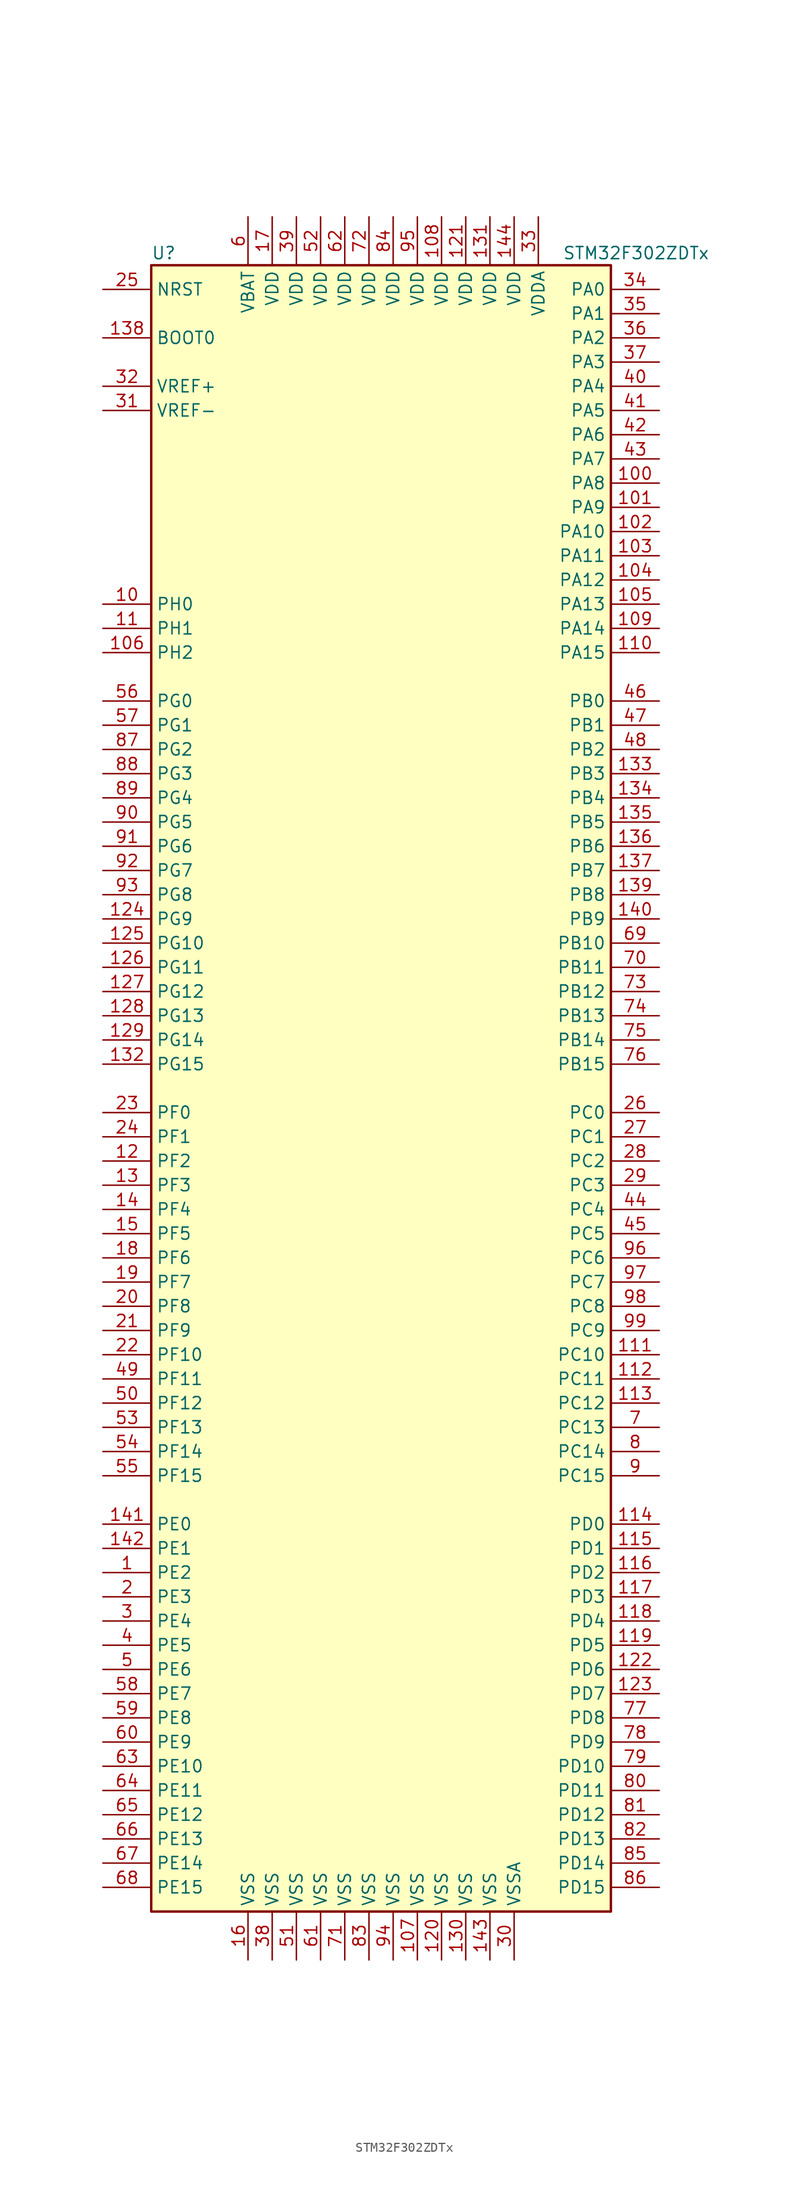
<source format=kicad_sym>
(kicad_symbol_lib
  (version 20201005)
  (generator kicad_symbol_editor)
  (symbol "MCU_ST_STM32F3:STM32F302ZDTx"
    (property "Reference" "U"
      (at -25.4 87.63 0)
      (effects (font (size 1.27 1.27)) (justify left)))
    (property "Value" "STM32F302ZDTx"
      (at 17.78 87.63 0)
      (effects (font (size 1.27 1.27)) (justify left)))
    (symbol "STM32F302ZDTx_0_1"
      (rectangle (start -25.4 -86.36) (end 22.86 86.36) (stroke (width 0.254)) (fill (type background))))
    (symbol "STM32F302ZDTx_1_1"
      (pin input line (at -30.48 78.74 0) (length 5.08) (name "BOOT0" (effects (font (size 1.27 1.27)))) (number "138" (effects (font (size 1.27 1.27)))))
      (pin input line (at -30.48 83.82 0) (length 5.08) (name "NRST" (effects (font (size 1.27 1.27)))) (number "25" (effects (font (size 1.27 1.27)))))
      (pin bidirectional line (at 27.94 83.82 180) (length 5.08) (name "PA0" (effects (font (size 1.27 1.27)))) (number "34" (effects (font (size 1.27 1.27)))))
      (pin bidirectional line (at 27.94 81.28 180) (length 5.08) (name "PA1" (effects (font (size 1.27 1.27)))) (number "35" (effects (font (size 1.27 1.27)))))
      (pin bidirectional line (at 27.94 58.42 180) (length 5.08) (name "PA10" (effects (font (size 1.27 1.27)))) (number "102" (effects (font (size 1.27 1.27)))))
      (pin bidirectional line (at 27.94 55.88 180) (length 5.08) (name "PA11" (effects (font (size 1.27 1.27)))) (number "103" (effects (font (size 1.27 1.27)))))
      (pin bidirectional line (at 27.94 53.34 180) (length 5.08) (name "PA12" (effects (font (size 1.27 1.27)))) (number "104" (effects (font (size 1.27 1.27)))))
      (pin bidirectional line (at 27.94 50.8 180) (length 5.08) (name "PA13" (effects (font (size 1.27 1.27)))) (number "105" (effects (font (size 1.27 1.27)))))
      (pin bidirectional line (at 27.94 48.26 180) (length 5.08) (name "PA14" (effects (font (size 1.27 1.27)))) (number "109" (effects (font (size 1.27 1.27)))))
      (pin bidirectional line (at 27.94 45.72 180) (length 5.08) (name "PA15" (effects (font (size 1.27 1.27)))) (number "110" (effects (font (size 1.27 1.27)))))
      (pin bidirectional line (at 27.94 78.74 180) (length 5.08) (name "PA2" (effects (font (size 1.27 1.27)))) (number "36" (effects (font (size 1.27 1.27)))))
      (pin bidirectional line (at 27.94 76.2 180) (length 5.08) (name "PA3" (effects (font (size 1.27 1.27)))) (number "37" (effects (font (size 1.27 1.27)))))
      (pin bidirectional line (at 27.94 73.66 180) (length 5.08) (name "PA4" (effects (font (size 1.27 1.27)))) (number "40" (effects (font (size 1.27 1.27)))))
      (pin bidirectional line (at 27.94 71.12 180) (length 5.08) (name "PA5" (effects (font (size 1.27 1.27)))) (number "41" (effects (font (size 1.27 1.27)))))
      (pin bidirectional line (at 27.94 68.58 180) (length 5.08) (name "PA6" (effects (font (size 1.27 1.27)))) (number "42" (effects (font (size 1.27 1.27)))))
      (pin bidirectional line (at 27.94 66.04 180) (length 5.08) (name "PA7" (effects (font (size 1.27 1.27)))) (number "43" (effects (font (size 1.27 1.27)))))
      (pin bidirectional line (at 27.94 63.5 180) (length 5.08) (name "PA8" (effects (font (size 1.27 1.27)))) (number "100" (effects (font (size 1.27 1.27)))))
      (pin bidirectional line (at 27.94 60.96 180) (length 5.08) (name "PA9" (effects (font (size 1.27 1.27)))) (number "101" (effects (font (size 1.27 1.27)))))
      (pin bidirectional line (at 27.94 40.64 180) (length 5.08) (name "PB0" (effects (font (size 1.27 1.27)))) (number "46" (effects (font (size 1.27 1.27)))))
      (pin bidirectional line (at 27.94 38.1 180) (length 5.08) (name "PB1" (effects (font (size 1.27 1.27)))) (number "47" (effects (font (size 1.27 1.27)))))
      (pin bidirectional line (at 27.94 15.24 180) (length 5.08) (name "PB10" (effects (font (size 1.27 1.27)))) (number "69" (effects (font (size 1.27 1.27)))))
      (pin bidirectional line (at 27.94 12.7 180) (length 5.08) (name "PB11" (effects (font (size 1.27 1.27)))) (number "70" (effects (font (size 1.27 1.27)))))
      (pin bidirectional line (at 27.94 10.16 180) (length 5.08) (name "PB12" (effects (font (size 1.27 1.27)))) (number "73" (effects (font (size 1.27 1.27)))))
      (pin bidirectional line (at 27.94 7.62 180) (length 5.08) (name "PB13" (effects (font (size 1.27 1.27)))) (number "74" (effects (font (size 1.27 1.27)))))
      (pin bidirectional line (at 27.94 5.08 180) (length 5.08) (name "PB14" (effects (font (size 1.27 1.27)))) (number "75" (effects (font (size 1.27 1.27)))))
      (pin bidirectional line (at 27.94 2.54 180) (length 5.08) (name "PB15" (effects (font (size 1.27 1.27)))) (number "76" (effects (font (size 1.27 1.27)))))
      (pin bidirectional line (at 27.94 35.56 180) (length 5.08) (name "PB2" (effects (font (size 1.27 1.27)))) (number "48" (effects (font (size 1.27 1.27)))))
      (pin bidirectional line (at 27.94 33.02 180) (length 5.08) (name "PB3" (effects (font (size 1.27 1.27)))) (number "133" (effects (font (size 1.27 1.27)))))
      (pin bidirectional line (at 27.94 30.48 180) (length 5.08) (name "PB4" (effects (font (size 1.27 1.27)))) (number "134" (effects (font (size 1.27 1.27)))))
      (pin bidirectional line (at 27.94 27.94 180) (length 5.08) (name "PB5" (effects (font (size 1.27 1.27)))) (number "135" (effects (font (size 1.27 1.27)))))
      (pin bidirectional line (at 27.94 25.4 180) (length 5.08) (name "PB6" (effects (font (size 1.27 1.27)))) (number "136" (effects (font (size 1.27 1.27)))))
      (pin bidirectional line (at 27.94 22.86 180) (length 5.08) (name "PB7" (effects (font (size 1.27 1.27)))) (number "137" (effects (font (size 1.27 1.27)))))
      (pin bidirectional line (at 27.94 20.32 180) (length 5.08) (name "PB8" (effects (font (size 1.27 1.27)))) (number "139" (effects (font (size 1.27 1.27)))))
      (pin bidirectional line (at 27.94 17.78 180) (length 5.08) (name "PB9" (effects (font (size 1.27 1.27)))) (number "140" (effects (font (size 1.27 1.27)))))
      (pin bidirectional line (at 27.94 -2.54 180) (length 5.08) (name "PC0" (effects (font (size 1.27 1.27)))) (number "26" (effects (font (size 1.27 1.27)))))
      (pin bidirectional line (at 27.94 -5.08 180) (length 5.08) (name "PC1" (effects (font (size 1.27 1.27)))) (number "27" (effects (font (size 1.27 1.27)))))
      (pin bidirectional line (at 27.94 -27.94 180) (length 5.08) (name "PC10" (effects (font (size 1.27 1.27)))) (number "111" (effects (font (size 1.27 1.27)))))
      (pin bidirectional line (at 27.94 -30.48 180) (length 5.08) (name "PC11" (effects (font (size 1.27 1.27)))) (number "112" (effects (font (size 1.27 1.27)))))
      (pin bidirectional line (at 27.94 -33.02 180) (length 5.08) (name "PC12" (effects (font (size 1.27 1.27)))) (number "113" (effects (font (size 1.27 1.27)))))
      (pin bidirectional line (at 27.94 -35.56 180) (length 5.08) (name "PC13" (effects (font (size 1.27 1.27)))) (number "7" (effects (font (size 1.27 1.27)))))
      (pin bidirectional line (at 27.94 -38.1 180) (length 5.08) (name "PC14" (effects (font (size 1.27 1.27)))) (number "8" (effects (font (size 1.27 1.27)))))
      (pin bidirectional line (at 27.94 -40.64 180) (length 5.08) (name "PC15" (effects (font (size 1.27 1.27)))) (number "9" (effects (font (size 1.27 1.27)))))
      (pin bidirectional line (at 27.94 -7.62 180) (length 5.08) (name "PC2" (effects (font (size 1.27 1.27)))) (number "28" (effects (font (size 1.27 1.27)))))
      (pin bidirectional line (at 27.94 -10.16 180) (length 5.08) (name "PC3" (effects (font (size 1.27 1.27)))) (number "29" (effects (font (size 1.27 1.27)))))
      (pin bidirectional line (at 27.94 -12.7 180) (length 5.08) (name "PC4" (effects (font (size 1.27 1.27)))) (number "44" (effects (font (size 1.27 1.27)))))
      (pin bidirectional line (at 27.94 -15.24 180) (length 5.08) (name "PC5" (effects (font (size 1.27 1.27)))) (number "45" (effects (font (size 1.27 1.27)))))
      (pin bidirectional line (at 27.94 -17.78 180) (length 5.08) (name "PC6" (effects (font (size 1.27 1.27)))) (number "96" (effects (font (size 1.27 1.27)))))
      (pin bidirectional line (at 27.94 -20.32 180) (length 5.08) (name "PC7" (effects (font (size 1.27 1.27)))) (number "97" (effects (font (size 1.27 1.27)))))
      (pin bidirectional line (at 27.94 -22.86 180) (length 5.08) (name "PC8" (effects (font (size 1.27 1.27)))) (number "98" (effects (font (size 1.27 1.27)))))
      (pin bidirectional line (at 27.94 -25.4 180) (length 5.08) (name "PC9" (effects (font (size 1.27 1.27)))) (number "99" (effects (font (size 1.27 1.27)))))
      (pin bidirectional line (at 27.94 -45.72 180) (length 5.08) (name "PD0" (effects (font (size 1.27 1.27)))) (number "114" (effects (font (size 1.27 1.27)))))
      (pin bidirectional line (at 27.94 -48.26 180) (length 5.08) (name "PD1" (effects (font (size 1.27 1.27)))) (number "115" (effects (font (size 1.27 1.27)))))
      (pin bidirectional line (at 27.94 -71.12 180) (length 5.08) (name "PD10" (effects (font (size 1.27 1.27)))) (number "79" (effects (font (size 1.27 1.27)))))
      (pin bidirectional line (at 27.94 -73.66 180) (length 5.08) (name "PD11" (effects (font (size 1.27 1.27)))) (number "80" (effects (font (size 1.27 1.27)))))
      (pin bidirectional line (at 27.94 -76.2 180) (length 5.08) (name "PD12" (effects (font (size 1.27 1.27)))) (number "81" (effects (font (size 1.27 1.27)))))
      (pin bidirectional line (at 27.94 -78.74 180) (length 5.08) (name "PD13" (effects (font (size 1.27 1.27)))) (number "82" (effects (font (size 1.27 1.27)))))
      (pin bidirectional line (at 27.94 -81.28 180) (length 5.08) (name "PD14" (effects (font (size 1.27 1.27)))) (number "85" (effects (font (size 1.27 1.27)))))
      (pin bidirectional line (at 27.94 -83.82 180) (length 5.08) (name "PD15" (effects (font (size 1.27 1.27)))) (number "86" (effects (font (size 1.27 1.27)))))
      (pin bidirectional line (at 27.94 -50.8 180) (length 5.08) (name "PD2" (effects (font (size 1.27 1.27)))) (number "116" (effects (font (size 1.27 1.27)))))
      (pin bidirectional line (at 27.94 -53.34 180) (length 5.08) (name "PD3" (effects (font (size 1.27 1.27)))) (number "117" (effects (font (size 1.27 1.27)))))
      (pin bidirectional line (at 27.94 -55.88 180) (length 5.08) (name "PD4" (effects (font (size 1.27 1.27)))) (number "118" (effects (font (size 1.27 1.27)))))
      (pin bidirectional line (at 27.94 -58.42 180) (length 5.08) (name "PD5" (effects (font (size 1.27 1.27)))) (number "119" (effects (font (size 1.27 1.27)))))
      (pin bidirectional line (at 27.94 -60.96 180) (length 5.08) (name "PD6" (effects (font (size 1.27 1.27)))) (number "122" (effects (font (size 1.27 1.27)))))
      (pin bidirectional line (at 27.94 -63.5 180) (length 5.08) (name "PD7" (effects (font (size 1.27 1.27)))) (number "123" (effects (font (size 1.27 1.27)))))
      (pin bidirectional line (at 27.94 -66.04 180) (length 5.08) (name "PD8" (effects (font (size 1.27 1.27)))) (number "77" (effects (font (size 1.27 1.27)))))
      (pin bidirectional line (at 27.94 -68.58 180) (length 5.08) (name "PD9" (effects (font (size 1.27 1.27)))) (number "78" (effects (font (size 1.27 1.27)))))
      (pin bidirectional line (at -30.48 -45.72 0) (length 5.08) (name "PE0" (effects (font (size 1.27 1.27)))) (number "141" (effects (font (size 1.27 1.27)))))
      (pin bidirectional line (at -30.48 -48.26 0) (length 5.08) (name "PE1" (effects (font (size 1.27 1.27)))) (number "142" (effects (font (size 1.27 1.27)))))
      (pin bidirectional line (at -30.48 -71.12 0) (length 5.08) (name "PE10" (effects (font (size 1.27 1.27)))) (number "63" (effects (font (size 1.27 1.27)))))
      (pin bidirectional line (at -30.48 -73.66 0) (length 5.08) (name "PE11" (effects (font (size 1.27 1.27)))) (number "64" (effects (font (size 1.27 1.27)))))
      (pin bidirectional line (at -30.48 -76.2 0) (length 5.08) (name "PE12" (effects (font (size 1.27 1.27)))) (number "65" (effects (font (size 1.27 1.27)))))
      (pin bidirectional line (at -30.48 -78.74 0) (length 5.08) (name "PE13" (effects (font (size 1.27 1.27)))) (number "66" (effects (font (size 1.27 1.27)))))
      (pin bidirectional line (at -30.48 -81.28 0) (length 5.08) (name "PE14" (effects (font (size 1.27 1.27)))) (number "67" (effects (font (size 1.27 1.27)))))
      (pin bidirectional line (at -30.48 -83.82 0) (length 5.08) (name "PE15" (effects (font (size 1.27 1.27)))) (number "68" (effects (font (size 1.27 1.27)))))
      (pin bidirectional line (at -30.48 -50.8 0) (length 5.08) (name "PE2" (effects (font (size 1.27 1.27)))) (number "1" (effects (font (size 1.27 1.27)))))
      (pin bidirectional line (at -30.48 -53.34 0) (length 5.08) (name "PE3" (effects (font (size 1.27 1.27)))) (number "2" (effects (font (size 1.27 1.27)))))
      (pin bidirectional line (at -30.48 -55.88 0) (length 5.08) (name "PE4" (effects (font (size 1.27 1.27)))) (number "3" (effects (font (size 1.27 1.27)))))
      (pin bidirectional line (at -30.48 -58.42 0) (length 5.08) (name "PE5" (effects (font (size 1.27 1.27)))) (number "4" (effects (font (size 1.27 1.27)))))
      (pin bidirectional line (at -30.48 -60.96 0) (length 5.08) (name "PE6" (effects (font (size 1.27 1.27)))) (number "5" (effects (font (size 1.27 1.27)))))
      (pin bidirectional line (at -30.48 -63.5 0) (length 5.08) (name "PE7" (effects (font (size 1.27 1.27)))) (number "58" (effects (font (size 1.27 1.27)))))
      (pin bidirectional line (at -30.48 -66.04 0) (length 5.08) (name "PE8" (effects (font (size 1.27 1.27)))) (number "59" (effects (font (size 1.27 1.27)))))
      (pin bidirectional line (at -30.48 -68.58 0) (length 5.08) (name "PE9" (effects (font (size 1.27 1.27)))) (number "60" (effects (font (size 1.27 1.27)))))
      (pin input line (at -30.48 -2.54 0) (length 5.08) (name "PF0" (effects (font (size 1.27 1.27)))) (number "23" (effects (font (size 1.27 1.27)))))
      (pin input line (at -30.48 -5.08 0) (length 5.08) (name "PF1" (effects (font (size 1.27 1.27)))) (number "24" (effects (font (size 1.27 1.27)))))
      (pin bidirectional line (at -30.48 -27.94 0) (length 5.08) (name "PF10" (effects (font (size 1.27 1.27)))) (number "22" (effects (font (size 1.27 1.27)))))
      (pin bidirectional line (at -30.48 -30.48 0) (length 5.08) (name "PF11" (effects (font (size 1.27 1.27)))) (number "49" (effects (font (size 1.27 1.27)))))
      (pin bidirectional line (at -30.48 -33.02 0) (length 5.08) (name "PF12" (effects (font (size 1.27 1.27)))) (number "50" (effects (font (size 1.27 1.27)))))
      (pin bidirectional line (at -30.48 -35.56 0) (length 5.08) (name "PF13" (effects (font (size 1.27 1.27)))) (number "53" (effects (font (size 1.27 1.27)))))
      (pin bidirectional line (at -30.48 -38.1 0) (length 5.08) (name "PF14" (effects (font (size 1.27 1.27)))) (number "54" (effects (font (size 1.27 1.27)))))
      (pin bidirectional line (at -30.48 -40.64 0) (length 5.08) (name "PF15" (effects (font (size 1.27 1.27)))) (number "55" (effects (font (size 1.27 1.27)))))
      (pin bidirectional line (at -30.48 -7.62 0) (length 5.08) (name "PF2" (effects (font (size 1.27 1.27)))) (number "12" (effects (font (size 1.27 1.27)))))
      (pin bidirectional line (at -30.48 -10.16 0) (length 5.08) (name "PF3" (effects (font (size 1.27 1.27)))) (number "13" (effects (font (size 1.27 1.27)))))
      (pin bidirectional line (at -30.48 -12.7 0) (length 5.08) (name "PF4" (effects (font (size 1.27 1.27)))) (number "14" (effects (font (size 1.27 1.27)))))
      (pin bidirectional line (at -30.48 -15.24 0) (length 5.08) (name "PF5" (effects (font (size 1.27 1.27)))) (number "15" (effects (font (size 1.27 1.27)))))
      (pin bidirectional line (at -30.48 -17.78 0) (length 5.08) (name "PF6" (effects (font (size 1.27 1.27)))) (number "18" (effects (font (size 1.27 1.27)))))
      (pin bidirectional line (at -30.48 -20.32 0) (length 5.08) (name "PF7" (effects (font (size 1.27 1.27)))) (number "19" (effects (font (size 1.27 1.27)))))
      (pin bidirectional line (at -30.48 -22.86 0) (length 5.08) (name "PF8" (effects (font (size 1.27 1.27)))) (number "20" (effects (font (size 1.27 1.27)))))
      (pin bidirectional line (at -30.48 -25.4 0) (length 5.08) (name "PF9" (effects (font (size 1.27 1.27)))) (number "21" (effects (font (size 1.27 1.27)))))
      (pin bidirectional line (at -30.48 40.64 0) (length 5.08) (name "PG0" (effects (font (size 1.27 1.27)))) (number "56" (effects (font (size 1.27 1.27)))))
      (pin bidirectional line (at -30.48 38.1 0) (length 5.08) (name "PG1" (effects (font (size 1.27 1.27)))) (number "57" (effects (font (size 1.27 1.27)))))
      (pin bidirectional line (at -30.48 15.24 0) (length 5.08) (name "PG10" (effects (font (size 1.27 1.27)))) (number "125" (effects (font (size 1.27 1.27)))))
      (pin bidirectional line (at -30.48 12.7 0) (length 5.08) (name "PG11" (effects (font (size 1.27 1.27)))) (number "126" (effects (font (size 1.27 1.27)))))
      (pin bidirectional line (at -30.48 10.16 0) (length 5.08) (name "PG12" (effects (font (size 1.27 1.27)))) (number "127" (effects (font (size 1.27 1.27)))))
      (pin bidirectional line (at -30.48 7.62 0) (length 5.08) (name "PG13" (effects (font (size 1.27 1.27)))) (number "128" (effects (font (size 1.27 1.27)))))
      (pin bidirectional line (at -30.48 5.08 0) (length 5.08) (name "PG14" (effects (font (size 1.27 1.27)))) (number "129" (effects (font (size 1.27 1.27)))))
      (pin bidirectional line (at -30.48 2.54 0) (length 5.08) (name "PG15" (effects (font (size 1.27 1.27)))) (number "132" (effects (font (size 1.27 1.27)))))
      (pin bidirectional line (at -30.48 35.56 0) (length 5.08) (name "PG2" (effects (font (size 1.27 1.27)))) (number "87" (effects (font (size 1.27 1.27)))))
      (pin bidirectional line (at -30.48 33.02 0) (length 5.08) (name "PG3" (effects (font (size 1.27 1.27)))) (number "88" (effects (font (size 1.27 1.27)))))
      (pin bidirectional line (at -30.48 30.48 0) (length 5.08) (name "PG4" (effects (font (size 1.27 1.27)))) (number "89" (effects (font (size 1.27 1.27)))))
      (pin bidirectional line (at -30.48 27.94 0) (length 5.08) (name "PG5" (effects (font (size 1.27 1.27)))) (number "90" (effects (font (size 1.27 1.27)))))
      (pin bidirectional line (at -30.48 25.4 0) (length 5.08) (name "PG6" (effects (font (size 1.27 1.27)))) (number "91" (effects (font (size 1.27 1.27)))))
      (pin bidirectional line (at -30.48 22.86 0) (length 5.08) (name "PG7" (effects (font (size 1.27 1.27)))) (number "92" (effects (font (size 1.27 1.27)))))
      (pin bidirectional line (at -30.48 20.32 0) (length 5.08) (name "PG8" (effects (font (size 1.27 1.27)))) (number "93" (effects (font (size 1.27 1.27)))))
      (pin bidirectional line (at -30.48 17.78 0) (length 5.08) (name "PG9" (effects (font (size 1.27 1.27)))) (number "124" (effects (font (size 1.27 1.27)))))
      (pin bidirectional line (at -30.48 50.8 0) (length 5.08) (name "PH0" (effects (font (size 1.27 1.27)))) (number "10" (effects (font (size 1.27 1.27)))))
      (pin bidirectional line (at -30.48 48.26 0) (length 5.08) (name "PH1" (effects (font (size 1.27 1.27)))) (number "11" (effects (font (size 1.27 1.27)))))
      (pin bidirectional line (at -30.48 45.72 0) (length 5.08) (name "PH2" (effects (font (size 1.27 1.27)))) (number "106" (effects (font (size 1.27 1.27)))))
      (pin power_in line (at -15.24 91.44 270) (length 5.08) (name "VBAT" (effects (font (size 1.27 1.27)))) (number "6" (effects (font (size 1.27 1.27)))))
      (pin power_in line (at 5.08 91.44 270) (length 5.08) (name "VDD" (effects (font (size 1.27 1.27)))) (number "108" (effects (font (size 1.27 1.27)))))
      (pin power_in line (at 7.62 91.44 270) (length 5.08) (name "VDD" (effects (font (size 1.27 1.27)))) (number "121" (effects (font (size 1.27 1.27)))))
      (pin power_in line (at 10.16 91.44 270) (length 5.08) (name "VDD" (effects (font (size 1.27 1.27)))) (number "131" (effects (font (size 1.27 1.27)))))
      (pin power_in line (at 12.7 91.44 270) (length 5.08) (name "VDD" (effects (font (size 1.27 1.27)))) (number "144" (effects (font (size 1.27 1.27)))))
      (pin power_in line (at -12.7 91.44 270) (length 5.08) (name "VDD" (effects (font (size 1.27 1.27)))) (number "17" (effects (font (size 1.27 1.27)))))
      (pin power_in line (at -10.16 91.44 270) (length 5.08) (name "VDD" (effects (font (size 1.27 1.27)))) (number "39" (effects (font (size 1.27 1.27)))))
      (pin power_in line (at -7.62 91.44 270) (length 5.08) (name "VDD" (effects (font (size 1.27 1.27)))) (number "52" (effects (font (size 1.27 1.27)))))
      (pin power_in line (at -5.08 91.44 270) (length 5.08) (name "VDD" (effects (font (size 1.27 1.27)))) (number "62" (effects (font (size 1.27 1.27)))))
      (pin power_in line (at -2.54 91.44 270) (length 5.08) (name "VDD" (effects (font (size 1.27 1.27)))) (number "72" (effects (font (size 1.27 1.27)))))
      (pin power_in line (at 0 91.44 270) (length 5.08) (name "VDD" (effects (font (size 1.27 1.27)))) (number "84" (effects (font (size 1.27 1.27)))))
      (pin power_in line (at 2.54 91.44 270) (length 5.08) (name "VDD" (effects (font (size 1.27 1.27)))) (number "95" (effects (font (size 1.27 1.27)))))
      (pin power_in line (at 15.24 91.44 270) (length 5.08) (name "VDDA" (effects (font (size 1.27 1.27)))) (number "33" (effects (font (size 1.27 1.27)))))
      (pin power_in line (at -30.48 73.66 0) (length 5.08) (name "VREF+" (effects (font (size 1.27 1.27)))) (number "32" (effects (font (size 1.27 1.27)))))
      (pin power_in line (at -30.48 71.12 0) (length 5.08) (name "VREF-" (effects (font (size 1.27 1.27)))) (number "31" (effects (font (size 1.27 1.27)))))
      (pin power_in line (at 2.54 -91.44 90) (length 5.08) (name "VSS" (effects (font (size 1.27 1.27)))) (number "107" (effects (font (size 1.27 1.27)))))
      (pin power_in line (at 5.08 -91.44 90) (length 5.08) (name "VSS" (effects (font (size 1.27 1.27)))) (number "120" (effects (font (size 1.27 1.27)))))
      (pin power_in line (at 7.62 -91.44 90) (length 5.08) (name "VSS" (effects (font (size 1.27 1.27)))) (number "130" (effects (font (size 1.27 1.27)))))
      (pin power_in line (at 10.16 -91.44 90) (length 5.08) (name "VSS" (effects (font (size 1.27 1.27)))) (number "143" (effects (font (size 1.27 1.27)))))
      (pin power_in line (at -15.24 -91.44 90) (length 5.08) (name "VSS" (effects (font (size 1.27 1.27)))) (number "16" (effects (font (size 1.27 1.27)))))
      (pin power_in line (at -12.7 -91.44 90) (length 5.08) (name "VSS" (effects (font (size 1.27 1.27)))) (number "38" (effects (font (size 1.27 1.27)))))
      (pin power_in line (at -10.16 -91.44 90) (length 5.08) (name "VSS" (effects (font (size 1.27 1.27)))) (number "51" (effects (font (size 1.27 1.27)))))
      (pin power_in line (at -7.62 -91.44 90) (length 5.08) (name "VSS" (effects (font (size 1.27 1.27)))) (number "61" (effects (font (size 1.27 1.27)))))
      (pin power_in line (at -5.08 -91.44 90) (length 5.08) (name "VSS" (effects (font (size 1.27 1.27)))) (number "71" (effects (font (size 1.27 1.27)))))
      (pin power_in line (at -2.54 -91.44 90) (length 5.08) (name "VSS" (effects (font (size 1.27 1.27)))) (number "83" (effects (font (size 1.27 1.27)))))
      (pin power_in line (at 0 -91.44 90) (length 5.08) (name "VSS" (effects (font (size 1.27 1.27)))) (number "94" (effects (font (size 1.27 1.27)))))
      (pin power_in line (at 12.7 -91.44 90) (length 5.08) (name "VSSA" (effects (font (size 1.27 1.27)))) (number "30" (effects (font (size 1.27 1.27))))))))
</source>
